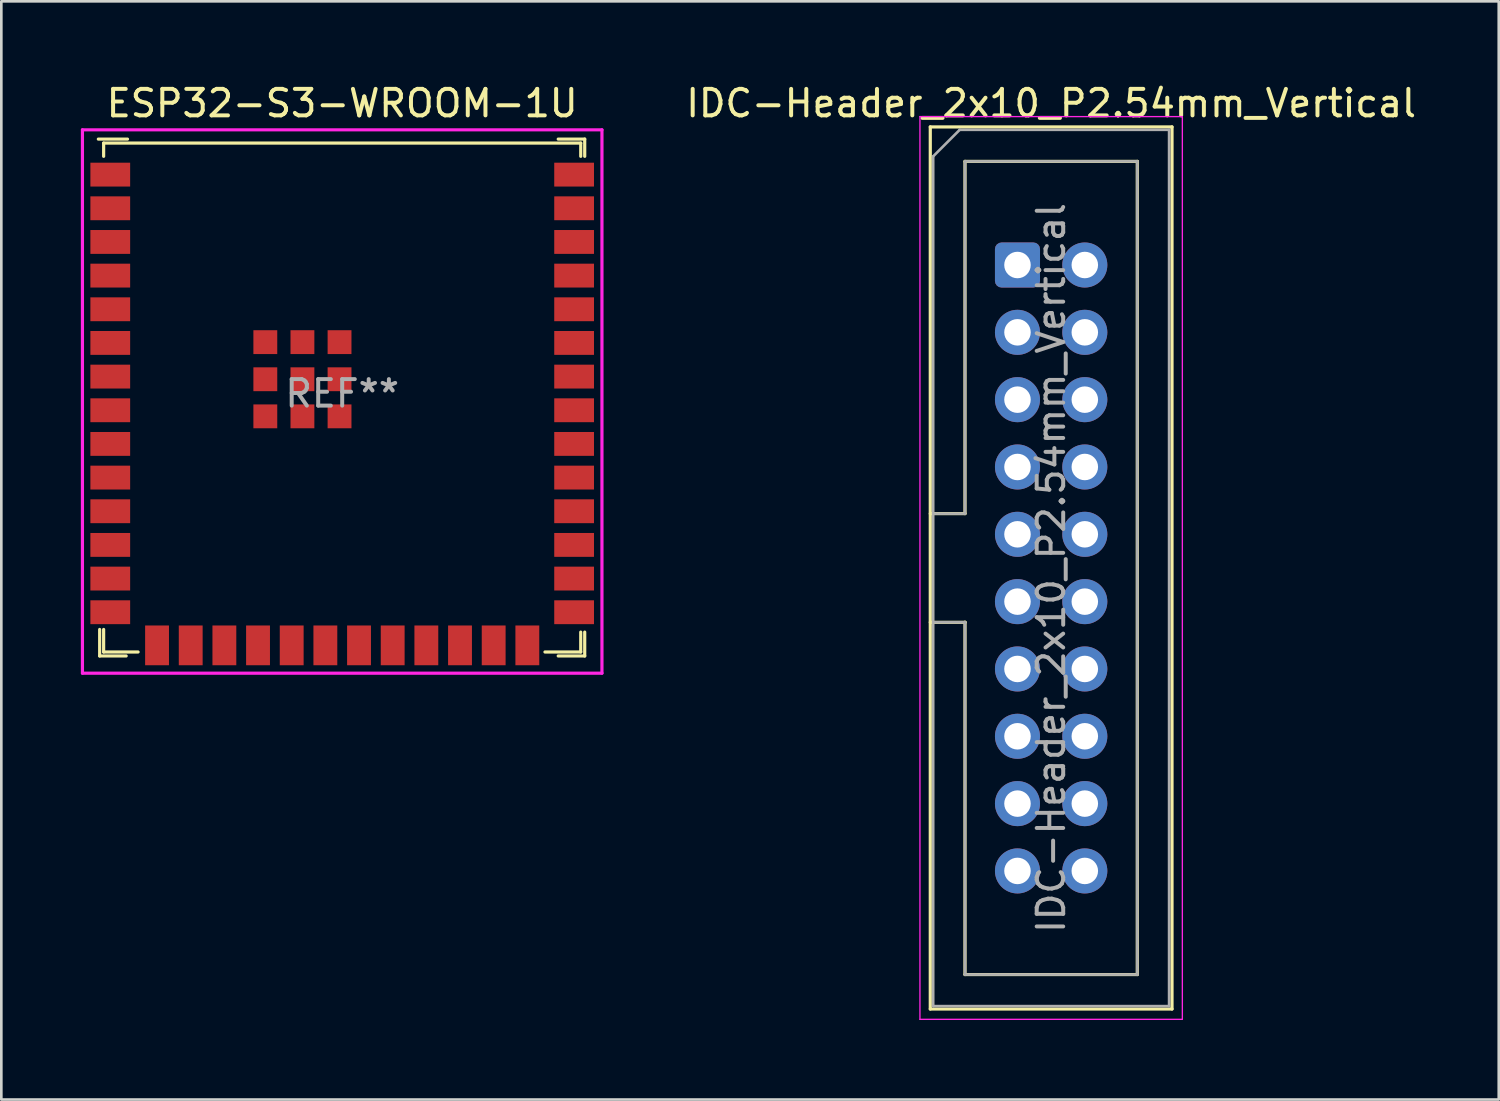
<source format=kicad_pcb>
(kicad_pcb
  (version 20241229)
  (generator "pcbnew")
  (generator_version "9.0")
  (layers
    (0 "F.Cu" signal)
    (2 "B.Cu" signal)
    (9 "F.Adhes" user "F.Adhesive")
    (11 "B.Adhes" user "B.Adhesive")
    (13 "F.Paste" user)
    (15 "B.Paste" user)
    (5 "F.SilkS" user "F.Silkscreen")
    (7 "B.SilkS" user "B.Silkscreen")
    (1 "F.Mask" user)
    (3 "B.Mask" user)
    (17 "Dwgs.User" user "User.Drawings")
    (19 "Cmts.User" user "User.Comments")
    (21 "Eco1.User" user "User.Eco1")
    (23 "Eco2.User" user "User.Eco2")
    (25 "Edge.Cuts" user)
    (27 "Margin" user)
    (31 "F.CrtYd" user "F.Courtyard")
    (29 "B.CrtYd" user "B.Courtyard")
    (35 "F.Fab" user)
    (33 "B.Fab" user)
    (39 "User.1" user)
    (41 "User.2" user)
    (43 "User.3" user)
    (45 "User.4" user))
  (footprint "IDC-Header_2x10_P2.54mm_Vertical"
    (layer "F.Cu")
    (at 35.337 6.948)
    (property "Reference" "IDC-Header_2x10_P2.54mm_Vertical" (at 1.27 -6.1 0) (layer "F.SilkS") (effects (font (size 1 1) (thickness 0.15))))
    (attr through_hole)
    (fp_line (start -3.29 -5.21) (end 5.83 -5.21) (stroke (width 0.12) (type solid)) (layer "F.SilkS"))
    (fp_line (start -3.29 9.38) (end -1.98 9.38) (stroke (width 0.12) (type solid)) (layer "F.SilkS"))
    (fp_line (start -3.29 28.07) (end -3.29 -5.21) (stroke (width 0.12) (type solid)) (layer "F.SilkS"))
    (fp_line (start -1.98 -3.91) (end 4.52 -3.91) (stroke (width 0.12) (type solid)) (layer "F.SilkS"))
    (fp_line (start -1.98 9.38) (end -1.98 -3.91) (stroke (width 0.12) (type solid)) (layer "F.SilkS"))
    (fp_line (start -1.98 13.48) (end -3.29 13.48) (stroke (width 0.12) (type solid)) (layer "F.SilkS"))
    (fp_line (start -1.98 13.48) (end -1.98 13.48) (stroke (width 0.12) (type solid)) (layer "F.SilkS"))
    (fp_line (start -1.98 26.77) (end -1.98 13.48) (stroke (width 0.12) (type solid)) (layer "F.SilkS"))
    (fp_line (start 4.52 -3.91) (end 4.52 26.77) (stroke (width 0.12) (type solid)) (layer "F.SilkS"))
    (fp_line (start 4.52 26.77) (end -1.98 26.77) (stroke (width 0.12) (type solid)) (layer "F.SilkS"))
    (fp_line (start 5.83 -5.21) (end 5.83 28.07) (stroke (width 0.12) (type solid)) (layer "F.SilkS"))
    (fp_line (start 5.83 28.07) (end -3.29 28.07) (stroke (width 0.12) (type solid)) (layer "F.SilkS"))
    (fp_line (start -3.68 -5.6) (end -3.68 28.46) (stroke (width 0.05) (type solid)) (layer "F.CrtYd"))
    (fp_line (start -3.68 28.46) (end 6.22 28.46) (stroke (width 0.05) (type solid)) (layer "F.CrtYd"))
    (fp_line (start 6.22 -5.6) (end -3.68 -5.6) (stroke (width 0.05) (type solid)) (layer "F.CrtYd"))
    (fp_line (start 6.22 28.46) (end 6.22 -5.6) (stroke (width 0.05) (type solid)) (layer "F.CrtYd"))
    (fp_line (start -3.18 -4.1) (end -2.18 -5.1) (stroke (width 0.1) (type solid)) (layer "F.Fab"))
    (fp_line (start -3.18 9.38) (end -1.98 9.38) (stroke (width 0.1) (type solid)) (layer "F.Fab"))
    (fp_line (start -3.18 27.96) (end -3.18 -4.1) (stroke (width 0.1) (type solid)) (layer "F.Fab"))
    (fp_line (start -2.18 -5.1) (end 5.72 -5.1) (stroke (width 0.1) (type solid)) (layer "F.Fab"))
    (fp_line (start -1.98 -3.91) (end 4.52 -3.91) (stroke (width 0.1) (type solid)) (layer "F.Fab"))
    (fp_line (start -1.98 9.38) (end -1.98 -3.91) (stroke (width 0.1) (type solid)) (layer "F.Fab"))
    (fp_line (start -1.98 13.48) (end -3.18 13.48) (stroke (width 0.1) (type solid)) (layer "F.Fab"))
    (fp_line (start -1.98 13.48) (end -1.98 13.48) (stroke (width 0.1) (type solid)) (layer "F.Fab"))
    (fp_line (start -1.98 26.77) (end -1.98 13.48) (stroke (width 0.1) (type solid)) (layer "F.Fab"))
    (fp_line (start 4.52 -3.91) (end 4.52 26.77) (stroke (width 0.1) (type solid)) (layer "F.Fab"))
    (fp_line (start 4.52 26.77) (end -1.98 26.77) (stroke (width 0.1) (type solid)) (layer "F.Fab"))
    (fp_line (start 5.72 -5.1) (end 5.72 27.96) (stroke (width 0.1) (type solid)) (layer "F.Fab"))
    (fp_line (start 5.72 27.96) (end -3.18 27.96) (stroke (width 0.1) (type solid)) (layer "F.Fab"))
    (fp_text user "${REFERENCE}" (at 1.27 11.43 90) (layer "F.Fab") (effects (font (size 1 1) (thickness 0.15))))
    (pad "1" thru_hole roundrect (at 0 0) (size 1.7 1.7) (drill 1) (layers "*.Cu" "*.Mask") (roundrect_rratio 0.147))
    (pad "2" thru_hole circle (at 2.54 0) (size 1.7 1.7) (drill 1) (layers "*.Cu" "*.Mask"))
    (pad "3" thru_hole circle (at 0 2.54) (size 1.7 1.7) (drill 1) (layers "*.Cu" "*.Mask"))
    (pad "4" thru_hole circle (at 2.54 2.54) (size 1.7 1.7) (drill 1) (layers "*.Cu" "*.Mask"))
    (pad "5" thru_hole circle (at 0 5.08) (size 1.7 1.7) (drill 1) (layers "*.Cu" "*.Mask"))
    (pad "6" thru_hole circle (at 2.54 5.08) (size 1.7 1.7) (drill 1) (layers "*.Cu" "*.Mask"))
    (pad "7" thru_hole circle (at 0 7.62) (size 1.7 1.7) (drill 1) (layers "*.Cu" "*.Mask"))
    (pad "8" thru_hole circle (at 2.54 7.62) (size 1.7 1.7) (drill 1) (layers "*.Cu" "*.Mask"))
    (pad "9" thru_hole circle (at 0 10.16) (size 1.7 1.7) (drill 1) (layers "*.Cu" "*.Mask"))
    (pad "10" thru_hole circle (at 2.54 10.16) (size 1.7 1.7) (drill 1) (layers "*.Cu" "*.Mask"))
    (pad "11" thru_hole circle (at 0 12.7) (size 1.7 1.7) (drill 1) (layers "*.Cu" "*.Mask"))
    (pad "12" thru_hole circle (at 2.54 12.7) (size 1.7 1.7) (drill 1) (layers "*.Cu" "*.Mask"))
    (pad "13" thru_hole circle (at 0 15.24) (size 1.7 1.7) (drill 1) (layers "*.Cu" "*.Mask"))
    (pad "14" thru_hole circle (at 2.54 15.24) (size 1.7 1.7) (drill 1) (layers "*.Cu" "*.Mask"))
    (pad "15" thru_hole circle (at 0 17.78) (size 1.7 1.7) (drill 1) (layers "*.Cu" "*.Mask"))
    (pad "16" thru_hole circle (at 2.54 17.78) (size 1.7 1.7) (drill 1) (layers "*.Cu" "*.Mask"))
    (pad "17" thru_hole circle (at 0 20.32) (size 1.7 1.7) (drill 1) (layers "*.Cu" "*.Mask"))
    (pad "18" thru_hole circle (at 2.54 20.32) (size 1.7 1.7) (drill 1) (layers "*.Cu" "*.Mask"))
    (pad "19" thru_hole circle (at 0 22.86) (size 1.7 1.7) (drill 1) (layers "*.Cu" "*.Mask"))
    (pad "20" thru_hole circle (at 2.54 22.86) (size 1.7 1.7) (drill 1) (layers "*.Cu" "*.Mask")))
  (footprint "ESP32-S3-WROOM-1U"
    (layer "F.Cu")
    (at 9.86 11.798)
    (property "Reference" "ESP32-S3-WROOM-1U" (at 0 -10.95 0) (layer "F.SilkS") (effects (font (size 1 1) (thickness 0.15))))
    (attr smd)
    (fp_line (start -9.2 -9.6) (end -8.1 -9.6) (stroke (width 0.12) (type solid)) (layer "F.SilkS"))
    (fp_line (start -9.15 9.9) (end -9.15 8.9) (stroke (width 0.12) (type solid)) (layer "F.SilkS"))
    (fp_line (start -9.15 9.9) (end -8.15 9.9) (stroke (width 0.12) (type solid)) (layer "F.SilkS"))
    (fp_line (start -9 -9.45) (end -9 -8.95) (stroke (width 0.12) (type solid)) (layer "F.SilkS"))
    (fp_line (start -9 8.9) (end -9 9.75) (stroke (width 0.12) (type solid)) (layer "F.SilkS"))
    (fp_line (start -9 9.75) (end -7.7 9.75) (stroke (width 0.12) (type solid)) (layer "F.SilkS"))
    (fp_line (start 9 -9.45) (end -9 -9.45) (stroke (width 0.12) (type solid)) (layer "F.SilkS"))
    (fp_line (start 9 -9.45) (end 9 -8.95) (stroke (width 0.12) (type solid)) (layer "F.SilkS"))
    (fp_line (start 9 9) (end 9 9.75) (stroke (width 0.12) (type solid)) (layer "F.SilkS"))
    (fp_line (start 9 9.75) (end 7.65 9.75) (stroke (width 0.12) (type solid)) (layer "F.SilkS"))
    (fp_line (start 9.15 -9.6) (end 8.15 -9.6) (stroke (width 0.12) (type solid)) (layer "F.SilkS"))
    (fp_line (start 9.15 -8.95) (end 9.15 -9.6) (stroke (width 0.12) (type solid)) (layer "F.SilkS"))
    (fp_line (start 9.15 9) (end 9.15 9.9) (stroke (width 0.12) (type solid)) (layer "F.SilkS"))
    (fp_line (start 9.15 9.9) (end 8.15 9.9) (stroke (width 0.12) (type solid)) (layer "F.SilkS"))
    (fp_line (start -9 -9.45) (end 9 -9.45) (stroke (width 0.12) (type solid)) (layer "Eco2.User"))
    (fp_line (start -9 9.75) (end -9 -9.45) (stroke (width 0.12) (type solid)) (layer "Eco2.User"))
    (fp_line (start 9 -9.45) (end 9 9.75) (stroke (width 0.12) (type solid)) (layer "Eco2.User"))
    (fp_line (start 9 9.75) (end -9 9.75) (stroke (width 0.12) (type solid)) (layer "Eco2.User"))
    (fp_line (start -9.8 -9.95) (end -9.8 10.55) (stroke (width 0.12) (type solid)) (layer "F.CrtYd"))
    (fp_line (start -9.8 10.55) (end 9.8 10.55) (stroke (width 0.12) (type solid)) (layer "F.CrtYd"))
    (fp_line (start 9.8 -9.95) (end -9.8 -9.95) (stroke (width 0.12) (type solid)) (layer "F.CrtYd"))
    (fp_line (start 9.8 -9.95) (end 9.8 10.55) (stroke (width 0.12) (type solid)) (layer "F.CrtYd"))
    (fp_text user "REF**" (at 0 0 0) (layer "F.Fab") (effects (font (size 1 1) (thickness 0.15))))
    (pad "1" smd rect (at -8.75 -8.26) (size 1.5 0.9) (layers "F.Cu" "F.Mask" "F.Paste"))
    (pad "2" smd rect (at -8.75 -6.99) (size 1.5 0.9) (layers "F.Cu" "F.Mask" "F.Paste"))
    (pad "3" smd rect (at -8.75 -5.72) (size 1.5 0.9) (layers "F.Cu" "F.Mask" "F.Paste"))
    (pad "4" smd rect (at -8.75 -4.45) (size 1.5 0.9) (layers "F.Cu" "F.Mask" "F.Paste"))
    (pad "5" smd rect (at -8.75 -3.18) (size 1.5 0.9) (layers "F.Cu" "F.Mask" "F.Paste"))
    (pad "6" smd rect (at -8.75 -1.91) (size 1.5 0.9) (layers "F.Cu" "F.Mask" "F.Paste"))
    (pad "7" smd rect (at -8.75 -0.64) (size 1.5 0.9) (layers "F.Cu" "F.Mask" "F.Paste"))
    (pad "8" smd rect (at -8.75 0.63) (size 1.5 0.9) (layers "F.Cu" "F.Mask" "F.Paste"))
    (pad "9" smd rect (at -8.75 1.9) (size 1.5 0.9) (layers "F.Cu" "F.Mask" "F.Paste"))
    (pad "10" smd rect (at -8.75 3.17) (size 1.5 0.9) (layers "F.Cu" "F.Mask" "F.Paste"))
    (pad "11" smd rect (at -8.75 4.44) (size 1.5 0.9) (layers "F.Cu" "F.Mask" "F.Paste"))
    (pad "12" smd rect (at -8.75 5.71) (size 1.5 0.9) (layers "F.Cu" "F.Mask" "F.Paste"))
    (pad "13" smd rect (at -8.75 6.98) (size 1.5 0.9) (layers "F.Cu" "F.Mask" "F.Paste"))
    (pad "14" smd rect (at -8.75 8.25) (size 1.5 0.9) (layers "F.Cu" "F.Mask" "F.Paste"))
    (pad "15" smd rect (at -6.985 9.5 90) (size 1.5 0.9) (layers "F.Cu" "F.Mask" "F.Paste"))
    (pad "16" smd rect (at -5.715 9.5 90) (size 1.5 0.9) (layers "F.Cu" "F.Mask" "F.Paste"))
    (pad "17" smd rect (at -4.445 9.5 90) (size 1.5 0.9) (layers "F.Cu" "F.Mask" "F.Paste"))
    (pad "18" smd rect (at -3.175 9.5 90) (size 1.5 0.9) (layers "F.Cu" "F.Mask" "F.Paste"))
    (pad "19" smd rect (at -1.905 9.5 90) (size 1.5 0.9) (layers "F.Cu" "F.Mask" "F.Paste"))
    (pad "20" smd rect (at -0.635 9.5 90) (size 1.5 0.9) (layers "F.Cu" "F.Mask" "F.Paste"))
    (pad "21" smd rect (at 0.635 9.5 90) (size 1.5 0.9) (layers "F.Cu" "F.Mask" "F.Paste"))
    (pad "22" smd rect (at 1.905 9.5 90) (size 1.5 0.9) (layers "F.Cu" "F.Mask" "F.Paste"))
    (pad "23" smd rect (at 3.175 9.5 90) (size 1.5 0.9) (layers "F.Cu" "F.Mask" "F.Paste"))
    (pad "24" smd rect (at 4.445 9.5 90) (size 1.5 0.9) (layers "F.Cu" "F.Mask" "F.Paste"))
    (pad "25" smd rect (at 5.715 9.5 90) (size 1.5 0.9) (layers "F.Cu" "F.Mask" "F.Paste"))
    (pad "26" smd rect (at 6.985 9.5 90) (size 1.5 0.9) (layers "F.Cu" "F.Mask" "F.Paste"))
    (pad "27" smd rect (at 8.75 8.25 180) (size 1.5 0.9) (layers "F.Cu" "F.Mask" "F.Paste"))
    (pad "28" smd rect (at 8.75 6.98 180) (size 1.5 0.9) (layers "F.Cu" "F.Mask" "F.Paste"))
    (pad "29" smd rect (at 8.75 5.71 180) (size 1.5 0.9) (layers "F.Cu" "F.Mask" "F.Paste"))
    (pad "30" smd rect (at 8.75 4.44 180) (size 1.5 0.9) (layers "F.Cu" "F.Mask" "F.Paste"))
    (pad "31" smd rect (at 8.75 3.17 180) (size 1.5 0.9) (layers "F.Cu" "F.Mask" "F.Paste"))
    (pad "32" smd rect (at 8.75 1.9 180) (size 1.5 0.9) (layers "F.Cu" "F.Mask" "F.Paste"))
    (pad "33" smd rect (at 8.75 0.63 180) (size 1.5 0.9) (layers "F.Cu" "F.Mask" "F.Paste"))
    (pad "34" smd rect (at 8.75 -0.64 180) (size 1.5 0.9) (layers "F.Cu" "F.Mask" "F.Paste"))
    (pad "35" smd rect (at 8.75 -1.91 180) (size 1.5 0.9) (layers "F.Cu" "F.Mask" "F.Paste"))
    (pad "36" smd rect (at 8.75 -3.18 180) (size 1.5 0.9) (layers "F.Cu" "F.Mask" "F.Paste"))
    (pad "37" smd rect (at 8.75 -4.45 180) (size 1.5 0.9) (layers "F.Cu" "F.Mask" "F.Paste"))
    (pad "38" smd rect (at 8.75 -5.72 180) (size 1.5 0.9) (layers "F.Cu" "F.Mask" "F.Paste"))
    (pad "39" smd rect (at 8.75 -6.99 180) (size 1.5 0.9) (layers "F.Cu" "F.Mask" "F.Paste"))
    (pad "40" smd rect (at 8.75 -8.26 180) (size 1.5 0.9) (layers "F.Cu" "F.Mask" "F.Paste"))
    (pad "41" smd rect (at -2.9 -1.94 180) (size 0.9 0.9) (layers "F.Cu" "F.Mask" "F.Paste"))
    (pad "41" smd rect (at -2.9 -0.54 180) (size 0.9 0.9) (layers "F.Cu" "F.Mask" "F.Paste"))
    (pad "41" smd rect (at -2.9 0.86 180) (size 0.9 0.9) (layers "F.Cu" "F.Mask" "F.Paste"))
    (pad "41" smd rect (at -1.5 -1.94 180) (size 0.9 0.9) (layers "F.Cu" "F.Mask" "F.Paste"))
    (pad "41" smd rect (at -1.5 -0.54 180) (size 0.9 0.9) (layers "F.Cu" "F.Mask" "F.Paste"))
    (pad "41" smd rect (at -1.5 0.86 180) (size 0.9 0.9) (layers "F.Cu" "F.Mask" "F.Paste"))
    (pad "41" smd rect (at -0.1 -1.94 180) (size 0.9 0.9) (layers "F.Cu" "F.Mask" "F.Paste"))
    (pad "41" smd rect (at -0.1 -0.54 180) (size 0.9 0.9) (layers "F.Cu" "F.Mask" "F.Paste"))
    (pad "41" smd rect (at -0.1 0.86 180) (size 0.9 0.9) (layers "F.Cu" "F.Mask" "F.Paste")))
  (gr_rect
    (start -3 -3)
    (end 53.494 38.433)
    (stroke (width 0.1) (type default))
    (fill no)
    (layer "Edge.Cuts")))
</source>
